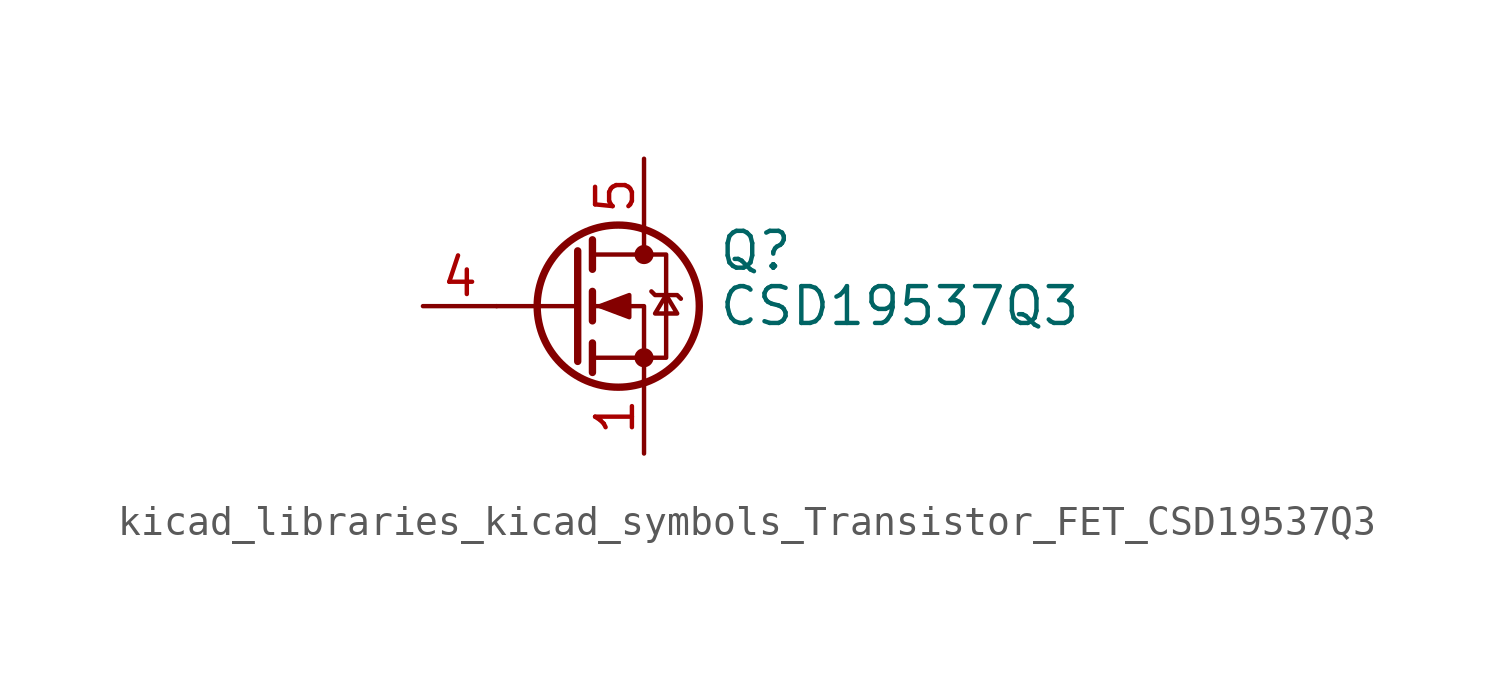
<source format=kicad_sym>
(kicad_symbol_lib
  (version 20220914)
  (generator kicad_symbol_editor)
  (symbol "kicad_libraries_kicad_symbols_Transistor_FET_CSD19537Q3"
    (pin_names hide)
    (property "Reference" "Q"
      (at 5.08 1.905 0)
      (effects (font (size 1.27 1.27)) (justify left)))
    (property "Value" "CSD19537Q3"
      (at 5.08 0 0)
      (effects (font (size 1.27 1.27)) (justify left)))
    (symbol "kicad_libraries_kicad_symbols_Transistor_FET_CSD19537Q3_0_1"
      (polyline (pts (xy 0.254 0) (xy -2.54 0)) (stroke (width 0) (type default)) (fill (type none)))
      (polyline (pts (xy 0.254 1.905) (xy 0.254 -1.905)) (stroke (width 0.254) (type default)) (fill (type none)))
      (polyline (pts (xy 0.762 -1.27) (xy 0.762 -2.286)) (stroke (width 0.254) (type default)) (fill (type none)))
      (polyline (pts (xy 0.762 0.508) (xy 0.762 -0.508)) (stroke (width 0.254) (type default)) (fill (type none)))
      (polyline (pts (xy 0.762 2.286) (xy 0.762 1.27)) (stroke (width 0.254) (type default)) (fill (type none)))
      (polyline (pts (xy 2.54 2.54) (xy 2.54 1.778)) (stroke (width 0) (type default)) (fill (type none)))
      (polyline (pts (xy 2.54 -2.54) (xy 2.54 0) (xy 0.762 0)) (stroke (width 0) (type default)) (fill (type none)))
      (polyline (pts (xy 0.762 -1.778) (xy 3.302 -1.778) (xy 3.302 1.778) (xy 0.762 1.778)) (stroke (width 0) (type default)) (fill (type none)))
      (polyline (pts (xy 1.016 0) (xy 2.032 0.381) (xy 2.032 -0.381) (xy 1.016 0)) (stroke (width 0) (type default)) (fill (type outline)))
      (polyline (pts (xy 2.794 0.508) (xy 2.921 0.381) (xy 3.683 0.381) (xy 3.81 0.254)) (stroke (width 0) (type default)) (fill (type none)))
      (polyline (pts (xy 3.302 0.381) (xy 2.921 -0.254) (xy 3.683 -0.254) (xy 3.302 0.381)) (stroke (width 0) (type default)) (fill (type none)))
      (circle (center 1.651 0) (radius 2.794) (stroke (width 0.254) (type default)) (fill (type none)))
      (circle (center 2.54 -1.778) (radius 0.254) (stroke (width 0) (type default)) (fill (type outline)))
      (circle (center 2.54 1.778) (radius 0.254) (stroke (width 0) (type default)) (fill (type outline))))
    (symbol "kicad_libraries_kicad_symbols_Transistor_FET_CSD19537Q3_1_1"
      (pin passive line (at 2.54 -5.08 90) (length 2.54) (name "S" (effects (font (size 1.27 1.27)))) (number "1" (effects (font (size 1.27 1.27)))))
      (pin passive line (at 2.54 -5.08 90) (length 2.54) hide (name "S" (effects (font (size 1.27 1.27)))) (number "2" (effects (font (size 1.27 1.27)))))
      (pin passive line (at 2.54 -5.08 90) (length 2.54) hide (name "S" (effects (font (size 1.27 1.27)))) (number "3" (effects (font (size 1.27 1.27)))))
      (pin passive line (at -5.08 0 0) (length 2.54) (name "G" (effects (font (size 1.27 1.27)))) (number "4" (effects (font (size 1.27 1.27)))))
      (pin passive line (at 2.54 5.08 270) (length 2.54) (name "D" (effects (font (size 1.27 1.27)))) (number "5" (effects (font (size 1.27 1.27))))))))
</source>
